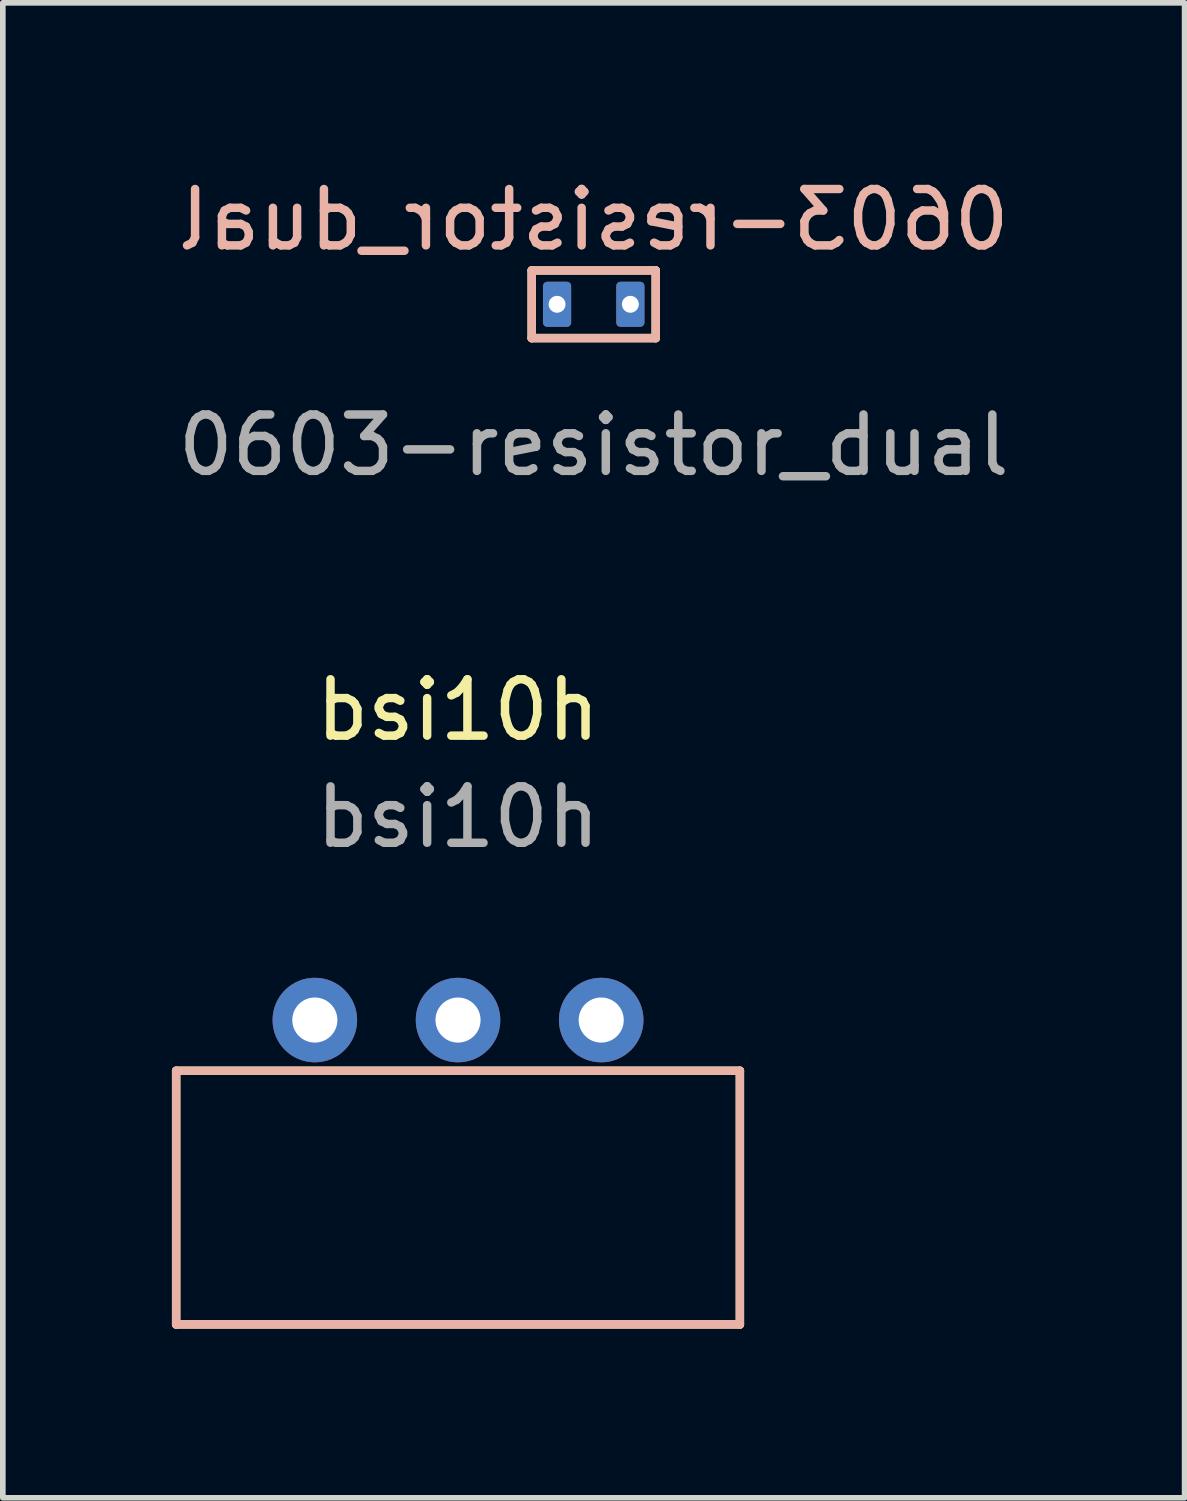
<source format=kicad_pcb>
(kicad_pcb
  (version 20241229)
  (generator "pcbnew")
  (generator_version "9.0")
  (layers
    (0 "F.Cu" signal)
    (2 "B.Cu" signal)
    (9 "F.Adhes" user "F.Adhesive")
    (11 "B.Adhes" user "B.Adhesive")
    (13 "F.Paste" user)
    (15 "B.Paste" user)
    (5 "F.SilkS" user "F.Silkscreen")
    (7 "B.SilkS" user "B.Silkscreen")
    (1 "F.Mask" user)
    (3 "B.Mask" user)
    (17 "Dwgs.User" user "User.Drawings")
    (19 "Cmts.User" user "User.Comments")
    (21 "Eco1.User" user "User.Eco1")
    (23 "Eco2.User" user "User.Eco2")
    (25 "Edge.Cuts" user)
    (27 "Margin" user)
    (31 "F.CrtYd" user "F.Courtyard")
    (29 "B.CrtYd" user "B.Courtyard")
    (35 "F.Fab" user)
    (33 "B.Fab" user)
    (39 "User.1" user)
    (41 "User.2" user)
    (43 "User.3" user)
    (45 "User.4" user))
  (footprint "bsi10h"
    (layer "F.Cu")
    (at 5.075 15.045)
    (property "Reference" "bsi10h" (at 0 -5.5 0) (unlocked yes) (layer "F.SilkS") (effects (font (size 1 1) (thickness 0.15))))
    (attr through_hole)
    (fp_line (start -5 0.9) (end 5 0.9) (stroke (width 0.15) (type default)) (layer "F.SilkS"))
    (fp_line (start -5 5.4) (end -5 0.9) (stroke (width 0.15) (type default)) (layer "F.SilkS"))
    (fp_line (start -5 5.4) (end 5 5.4) (stroke (width 0.15) (type default)) (layer "F.SilkS"))
    (fp_line (start 5 0.9) (end 5 5.4) (stroke (width 0.15) (type default)) (layer "F.SilkS"))
    (fp_line (start -5 0.9) (end -5 5.4) (stroke (width 0.15) (type default)) (layer "B.SilkS"))
    (fp_line (start -5 0.9) (end 5 0.9) (stroke (width 0.15) (type default)) (layer "B.SilkS"))
    (fp_line (start 5 0.9) (end 5 5.4) (stroke (width 0.15) (type default)) (layer "B.SilkS"))
    (fp_line (start 5 5.4) (end -5 5.4) (stroke (width 0.15) (type default)) (layer "B.SilkS"))
    (fp_text user "${REFERENCE}" (at 0 -3.6 0) (unlocked yes) (layer "F.Fab") (effects (font (size 1 1) (thickness 0.15))))
    (pad "1" thru_hole circle (at 0 0) (size 1.5 1.5) (drill 0.8) (layers "*.Cu" "*.Paste" "*.Mask"))
    (pad "2" thru_hole circle (at 2.54 0) (size 1.5 1.5) (drill 0.8) (layers "*.Cu" "*.Paste" "*.Mask"))
    (pad "3" thru_hole circle (at -2.54 0) (size 1.5 1.5) (drill 0.8) (layers "*.Cu" "*.Paste" "*.Mask")))
  (footprint "0603-resistor_dual"
    (layer "F.Cu")
    (at 7.482 2.348)
    (property "Reference" "0603-resistor_dual" (at 0 -1.5 0) (layer "B.SilkS") (effects (font (size 1 1) (thickness 0.15)) (justify mirror)))
    (attr through_hole)
    (fp_line (start -1.1 -0.6) (end -1.1 0.6) (stroke (width 0.15) (type default)) (layer "F.SilkS"))
    (fp_line (start -1.1 0.6) (end 1.1 0.6) (stroke (width 0.15) (type default)) (layer "F.SilkS"))
    (fp_line (start 1.1 -0.6) (end -1.1 -0.6) (stroke (width 0.15) (type default)) (layer "F.SilkS"))
    (fp_line (start 1.1 -0.6) (end 1.1 0.6) (stroke (width 0.15) (type default)) (layer "F.SilkS"))
    (fp_line (start -1.1 -0.6) (end -1.1 0.6) (stroke (width 0.15) (type default)) (layer "B.SilkS"))
    (fp_line (start -1.1 -0.6) (end 1.1 -0.6) (stroke (width 0.15) (type default)) (layer "B.SilkS"))
    (fp_line (start 1.1 -0.6) (end 1.1 0.6) (stroke (width 0.15) (type default)) (layer "B.SilkS"))
    (fp_line (start 1.1 0.6) (end -1.1 0.6) (stroke (width 0.15) (type default)) (layer "B.SilkS"))
    (fp_text user "${REFERENCE}" (at 0 2.5 0) (unlocked yes) (layer "F.Fab") (effects (font (size 1 1) (thickness 0.15))))
    (pad "1" thru_hole roundrect (at -0.65 0) (size 0.5 0.8) (drill 0.3) (layers "*.Cu" "*.Paste" "*.Mask") (roundrect_rratio 0.15))
    (pad "2" thru_hole roundrect (at 0.65 0) (size 0.5 0.8) (drill 0.3) (layers "*.Cu" "*.Paste" "*.Mask") (roundrect_rratio 0.15)))
  (gr_rect
    (start -3 -3)
    (end 17.964 23.52)
    (stroke (width 0.1) (type default))
    (fill no)
    (layer "Edge.Cuts")))
</source>
